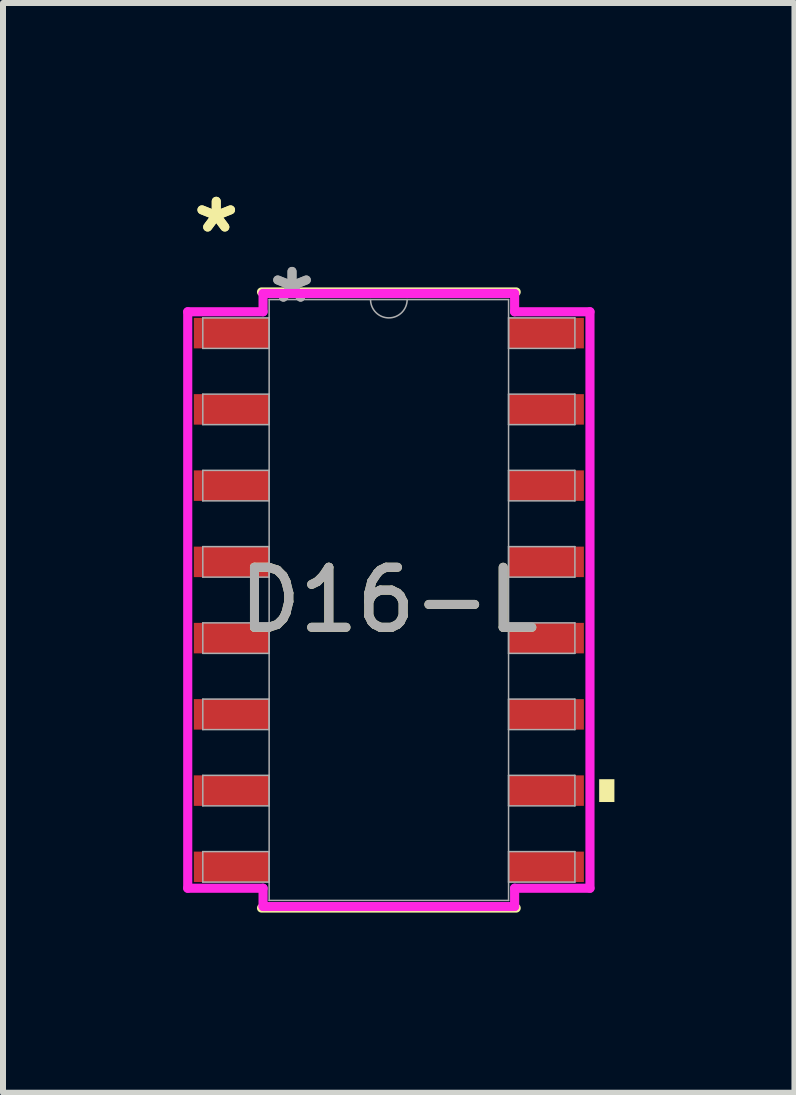
<source format=kicad_pcb>
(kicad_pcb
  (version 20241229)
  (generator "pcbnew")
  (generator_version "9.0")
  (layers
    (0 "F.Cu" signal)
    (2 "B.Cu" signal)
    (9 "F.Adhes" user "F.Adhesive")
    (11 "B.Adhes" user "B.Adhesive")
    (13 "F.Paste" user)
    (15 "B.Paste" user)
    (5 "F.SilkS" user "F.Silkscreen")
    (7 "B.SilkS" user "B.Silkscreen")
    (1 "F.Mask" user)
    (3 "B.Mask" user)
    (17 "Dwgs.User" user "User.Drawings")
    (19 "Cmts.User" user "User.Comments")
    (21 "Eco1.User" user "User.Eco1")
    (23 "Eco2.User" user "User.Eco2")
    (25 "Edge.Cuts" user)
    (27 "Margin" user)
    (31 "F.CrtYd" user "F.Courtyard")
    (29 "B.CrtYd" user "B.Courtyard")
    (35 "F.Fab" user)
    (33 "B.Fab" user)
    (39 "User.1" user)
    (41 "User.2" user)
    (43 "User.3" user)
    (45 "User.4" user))
  (footprint "D16-L"
    (layer "F.Cu")
    (at 3.427 6.944)
    (property "Reference" "D16-L" (at 0 0 0) (unlocked yes) (layer "F.SilkS") (effects (font (size 1 1) (thickness 0.15))))
    (attr smd)
    (fp_line (start -2.121 5.131) (end 2.121 5.131) (stroke (width 0.152) (type solid)) (layer "F.SilkS"))
    (fp_line (start 2.121 -5.131) (end -2.121 -5.131) (stroke (width 0.152) (type solid)) (layer "F.SilkS"))
    (fp_poly (pts (xy 3.757 2.985) (xy 3.757 3.365) (xy 3.503 3.365) (xy 3.503 2.985)) (stroke (width 0) (type solid)) (fill yes) (layer "F.SilkS"))
    (fp_line (start -3.35 -4.801) (end -2.095 -4.801) (stroke (width 0.152) (type solid)) (layer "F.CrtYd"))
    (fp_line (start -3.35 4.801) (end -3.35 -4.801) (stroke (width 0.152) (type solid)) (layer "F.CrtYd"))
    (fp_line (start -3.35 4.801) (end -2.095 4.801) (stroke (width 0.152) (type solid)) (layer "F.CrtYd"))
    (fp_line (start -2.095 -5.105) (end 2.095 -5.105) (stroke (width 0.152) (type solid)) (layer "F.CrtYd"))
    (fp_line (start -2.095 -4.801) (end -2.095 -5.105) (stroke (width 0.152) (type solid)) (layer "F.CrtYd"))
    (fp_line (start -2.095 5.105) (end -2.095 4.801) (stroke (width 0.152) (type solid)) (layer "F.CrtYd"))
    (fp_line (start 2.095 -5.105) (end 2.095 -4.801) (stroke (width 0.152) (type solid)) (layer "F.CrtYd"))
    (fp_line (start 2.095 4.801) (end 2.095 5.105) (stroke (width 0.152) (type solid)) (layer "F.CrtYd"))
    (fp_line (start 2.095 5.105) (end -2.095 5.105) (stroke (width 0.152) (type solid)) (layer "F.CrtYd"))
    (fp_line (start 3.35 -4.801) (end 2.095 -4.801) (stroke (width 0.152) (type solid)) (layer "F.CrtYd"))
    (fp_line (start 3.35 -4.801) (end 3.35 4.801) (stroke (width 0.152) (type solid)) (layer "F.CrtYd"))
    (fp_line (start 3.35 4.801) (end 2.095 4.801) (stroke (width 0.152) (type solid)) (layer "F.CrtYd"))
    (fp_line (start -3.099 -4.699) (end -3.099 -4.191) (stroke (width 0.025) (type solid)) (layer "F.Fab"))
    (fp_line (start -3.099 -4.191) (end -1.994 -4.191) (stroke (width 0.025) (type solid)) (layer "F.Fab"))
    (fp_line (start -3.099 -3.429) (end -3.099 -2.921) (stroke (width 0.025) (type solid)) (layer "F.Fab"))
    (fp_line (start -3.099 -2.921) (end -1.994 -2.921) (stroke (width 0.025) (type solid)) (layer "F.Fab"))
    (fp_line (start -3.099 -2.159) (end -3.099 -1.651) (stroke (width 0.025) (type solid)) (layer "F.Fab"))
    (fp_line (start -3.099 -1.651) (end -1.994 -1.651) (stroke (width 0.025) (type solid)) (layer "F.Fab"))
    (fp_line (start -3.099 -0.889) (end -3.099 -0.381) (stroke (width 0.025) (type solid)) (layer "F.Fab"))
    (fp_line (start -3.099 -0.381) (end -1.994 -0.381) (stroke (width 0.025) (type solid)) (layer "F.Fab"))
    (fp_line (start -3.099 0.381) (end -3.099 0.889) (stroke (width 0.025) (type solid)) (layer "F.Fab"))
    (fp_line (start -3.099 0.889) (end -1.994 0.889) (stroke (width 0.025) (type solid)) (layer "F.Fab"))
    (fp_line (start -3.099 1.651) (end -3.099 2.159) (stroke (width 0.025) (type solid)) (layer "F.Fab"))
    (fp_line (start -3.099 2.159) (end -1.994 2.159) (stroke (width 0.025) (type solid)) (layer "F.Fab"))
    (fp_line (start -3.099 2.921) (end -3.099 3.429) (stroke (width 0.025) (type solid)) (layer "F.Fab"))
    (fp_line (start -3.099 3.429) (end -1.994 3.429) (stroke (width 0.025) (type solid)) (layer "F.Fab"))
    (fp_line (start -3.099 4.191) (end -3.099 4.699) (stroke (width 0.025) (type solid)) (layer "F.Fab"))
    (fp_line (start -3.099 4.699) (end -1.994 4.699) (stroke (width 0.025) (type solid)) (layer "F.Fab"))
    (fp_line (start -1.994 -5.004) (end -1.994 5.004) (stroke (width 0.025) (type solid)) (layer "F.Fab"))
    (fp_line (start -1.994 -4.699) (end -3.099 -4.699) (stroke (width 0.025) (type solid)) (layer "F.Fab"))
    (fp_line (start -1.994 -4.191) (end -1.994 -4.699) (stroke (width 0.025) (type solid)) (layer "F.Fab"))
    (fp_line (start -1.994 -3.429) (end -3.099 -3.429) (stroke (width 0.025) (type solid)) (layer "F.Fab"))
    (fp_line (start -1.994 -2.921) (end -1.994 -3.429) (stroke (width 0.025) (type solid)) (layer "F.Fab"))
    (fp_line (start -1.994 -2.159) (end -3.099 -2.159) (stroke (width 0.025) (type solid)) (layer "F.Fab"))
    (fp_line (start -1.994 -1.651) (end -1.994 -2.159) (stroke (width 0.025) (type solid)) (layer "F.Fab"))
    (fp_line (start -1.994 -0.889) (end -3.099 -0.889) (stroke (width 0.025) (type solid)) (layer "F.Fab"))
    (fp_line (start -1.994 -0.381) (end -1.994 -0.889) (stroke (width 0.025) (type solid)) (layer "F.Fab"))
    (fp_line (start -1.994 0.381) (end -3.099 0.381) (stroke (width 0.025) (type solid)) (layer "F.Fab"))
    (fp_line (start -1.994 0.889) (end -1.994 0.381) (stroke (width 0.025) (type solid)) (layer "F.Fab"))
    (fp_line (start -1.994 1.651) (end -3.099 1.651) (stroke (width 0.025) (type solid)) (layer "F.Fab"))
    (fp_line (start -1.994 2.159) (end -1.994 1.651) (stroke (width 0.025) (type solid)) (layer "F.Fab"))
    (fp_line (start -1.994 2.921) (end -3.099 2.921) (stroke (width 0.025) (type solid)) (layer "F.Fab"))
    (fp_line (start -1.994 3.429) (end -1.994 2.921) (stroke (width 0.025) (type solid)) (layer "F.Fab"))
    (fp_line (start -1.994 4.191) (end -3.099 4.191) (stroke (width 0.025) (type solid)) (layer "F.Fab"))
    (fp_line (start -1.994 4.699) (end -1.994 4.191) (stroke (width 0.025) (type solid)) (layer "F.Fab"))
    (fp_line (start -1.994 5.004) (end 1.994 5.004) (stroke (width 0.025) (type solid)) (layer "F.Fab"))
    (fp_line (start 1.994 -5.004) (end -1.994 -5.004) (stroke (width 0.025) (type solid)) (layer "F.Fab"))
    (fp_line (start 1.994 -4.699) (end 1.994 -4.191) (stroke (width 0.025) (type solid)) (layer "F.Fab"))
    (fp_line (start 1.994 -4.191) (end 3.099 -4.191) (stroke (width 0.025) (type solid)) (layer "F.Fab"))
    (fp_line (start 1.994 -3.429) (end 1.994 -2.921) (stroke (width 0.025) (type solid)) (layer "F.Fab"))
    (fp_line (start 1.994 -2.921) (end 3.099 -2.921) (stroke (width 0.025) (type solid)) (layer "F.Fab"))
    (fp_line (start 1.994 -2.159) (end 1.994 -1.651) (stroke (width 0.025) (type solid)) (layer "F.Fab"))
    (fp_line (start 1.994 -1.651) (end 3.099 -1.651) (stroke (width 0.025) (type solid)) (layer "F.Fab"))
    (fp_line (start 1.994 -0.889) (end 1.994 -0.381) (stroke (width 0.025) (type solid)) (layer "F.Fab"))
    (fp_line (start 1.994 -0.381) (end 3.099 -0.381) (stroke (width 0.025) (type solid)) (layer "F.Fab"))
    (fp_line (start 1.994 0.381) (end 1.994 0.889) (stroke (width 0.025) (type solid)) (layer "F.Fab"))
    (fp_line (start 1.994 0.889) (end 3.099 0.889) (stroke (width 0.025) (type solid)) (layer "F.Fab"))
    (fp_line (start 1.994 1.651) (end 1.994 2.159) (stroke (width 0.025) (type solid)) (layer "F.Fab"))
    (fp_line (start 1.994 2.159) (end 3.099 2.159) (stroke (width 0.025) (type solid)) (layer "F.Fab"))
    (fp_line (start 1.994 2.921) (end 1.994 3.429) (stroke (width 0.025) (type solid)) (layer "F.Fab"))
    (fp_line (start 1.994 3.429) (end 3.099 3.429) (stroke (width 0.025) (type solid)) (layer "F.Fab"))
    (fp_line (start 1.994 4.191) (end 1.994 4.699) (stroke (width 0.025) (type solid)) (layer "F.Fab"))
    (fp_line (start 1.994 4.699) (end 3.099 4.699) (stroke (width 0.025) (type solid)) (layer "F.Fab"))
    (fp_line (start 1.994 5.004) (end 1.994 -5.004) (stroke (width 0.025) (type solid)) (layer "F.Fab"))
    (fp_line (start 3.099 -4.699) (end 1.994 -4.699) (stroke (width 0.025) (type solid)) (layer "F.Fab"))
    (fp_line (start 3.099 -4.191) (end 3.099 -4.699) (stroke (width 0.025) (type solid)) (layer "F.Fab"))
    (fp_line (start 3.099 -3.429) (end 1.994 -3.429) (stroke (width 0.025) (type solid)) (layer "F.Fab"))
    (fp_line (start 3.099 -2.921) (end 3.099 -3.429) (stroke (width 0.025) (type solid)) (layer "F.Fab"))
    (fp_line (start 3.099 -2.159) (end 1.994 -2.159) (stroke (width 0.025) (type solid)) (layer "F.Fab"))
    (fp_line (start 3.099 -1.651) (end 3.099 -2.159) (stroke (width 0.025) (type solid)) (layer "F.Fab"))
    (fp_line (start 3.099 -0.889) (end 1.994 -0.889) (stroke (width 0.025) (type solid)) (layer "F.Fab"))
    (fp_line (start 3.099 -0.381) (end 3.099 -0.889) (stroke (width 0.025) (type solid)) (layer "F.Fab"))
    (fp_line (start 3.099 0.381) (end 1.994 0.381) (stroke (width 0.025) (type solid)) (layer "F.Fab"))
    (fp_line (start 3.099 0.889) (end 3.099 0.381) (stroke (width 0.025) (type solid)) (layer "F.Fab"))
    (fp_line (start 3.099 1.651) (end 1.994 1.651) (stroke (width 0.025) (type solid)) (layer "F.Fab"))
    (fp_line (start 3.099 2.159) (end 3.099 1.651) (stroke (width 0.025) (type solid)) (layer "F.Fab"))
    (fp_line (start 3.099 2.921) (end 1.994 2.921) (stroke (width 0.025) (type solid)) (layer "F.Fab"))
    (fp_line (start 3.099 3.429) (end 3.099 2.921) (stroke (width 0.025) (type solid)) (layer "F.Fab"))
    (fp_line (start 3.099 4.191) (end 1.994 4.191) (stroke (width 0.025) (type solid)) (layer "F.Fab"))
    (fp_line (start 3.099 4.699) (end 3.099 4.191) (stroke (width 0.025) (type solid)) (layer "F.Fab"))
    (fp_arc (start 0.3048 -5.0038) (mid 0 -4.699) (end -0.3048 -5.0038) (stroke (width 0.0254) (type solid)) (layer "F.Fab"))
    (fp_text user "*" (at -2.875 -6.096 0) (unlocked yes) (layer "F.SilkS") (effects (font (size 1 1) (thickness 0.15))))
    (fp_text user "*" (at -2.875 -6.096 0) (layer "F.SilkS") (effects (font (size 1 1) (thickness 0.15))))
    (fp_text user "${REFERENCE}" (at 0 0 0) (unlocked yes) (layer "F.Fab") (effects (font (size 1 1) (thickness 0.15))))
    (fp_text user "*" (at -1.613 -4.928 0) (unlocked yes) (layer "F.Fab") (effects (font (size 1 1) (thickness 0.15))))
    (fp_text user "*" (at -1.613 -4.928 0) (layer "F.Fab") (effects (font (size 1 1) (thickness 0.15))))
    (pad "1" smd rect (at -2.621 -4.445) (size 1.255 0.508) (layers "F.Cu" "F.Mask" "F.Paste"))
    (pad "2" smd rect (at -2.621 -3.175) (size 1.255 0.508) (layers "F.Cu" "F.Mask" "F.Paste"))
    (pad "3" smd rect (at -2.621 -1.905) (size 1.255 0.508) (layers "F.Cu" "F.Mask" "F.Paste"))
    (pad "4" smd rect (at -2.621 -0.635) (size 1.255 0.508) (layers "F.Cu" "F.Mask" "F.Paste"))
    (pad "5" smd rect (at -2.621 0.635) (size 1.255 0.508) (layers "F.Cu" "F.Mask" "F.Paste"))
    (pad "6" smd rect (at -2.621 1.905) (size 1.255 0.508) (layers "F.Cu" "F.Mask" "F.Paste"))
    (pad "7" smd rect (at -2.621 3.175) (size 1.255 0.508) (layers "F.Cu" "F.Mask" "F.Paste"))
    (pad "8" smd rect (at -2.621 4.445) (size 1.255 0.508) (layers "F.Cu" "F.Mask" "F.Paste"))
    (pad "9" smd rect (at 2.621 4.445) (size 1.255 0.508) (layers "F.Cu" "F.Mask" "F.Paste"))
    (pad "10" smd rect (at 2.621 3.175) (size 1.255 0.508) (layers "F.Cu" "F.Mask" "F.Paste"))
    (pad "11" smd rect (at 2.621 1.905) (size 1.255 0.508) (layers "F.Cu" "F.Mask" "F.Paste"))
    (pad "12" smd rect (at 2.621 0.635) (size 1.255 0.508) (layers "F.Cu" "F.Mask" "F.Paste"))
    (pad "13" smd rect (at 2.621 -0.635) (size 1.255 0.508) (layers "F.Cu" "F.Mask" "F.Paste"))
    (pad "14" smd rect (at 2.621 -1.905) (size 1.255 0.508) (layers "F.Cu" "F.Mask" "F.Paste"))
    (pad "15" smd rect (at 2.621 -3.175) (size 1.255 0.508) (layers "F.Cu" "F.Mask" "F.Paste"))
    (pad "16" smd rect (at 2.621 -4.445) (size 1.255 0.508) (layers "F.Cu" "F.Mask" "F.Paste")))
  (gr_rect
    (start -3 -3)
    (end 10.183 15.151)
    (stroke (width 0.1) (type default))
    (fill no)
    (layer "Edge.Cuts")))
</source>
